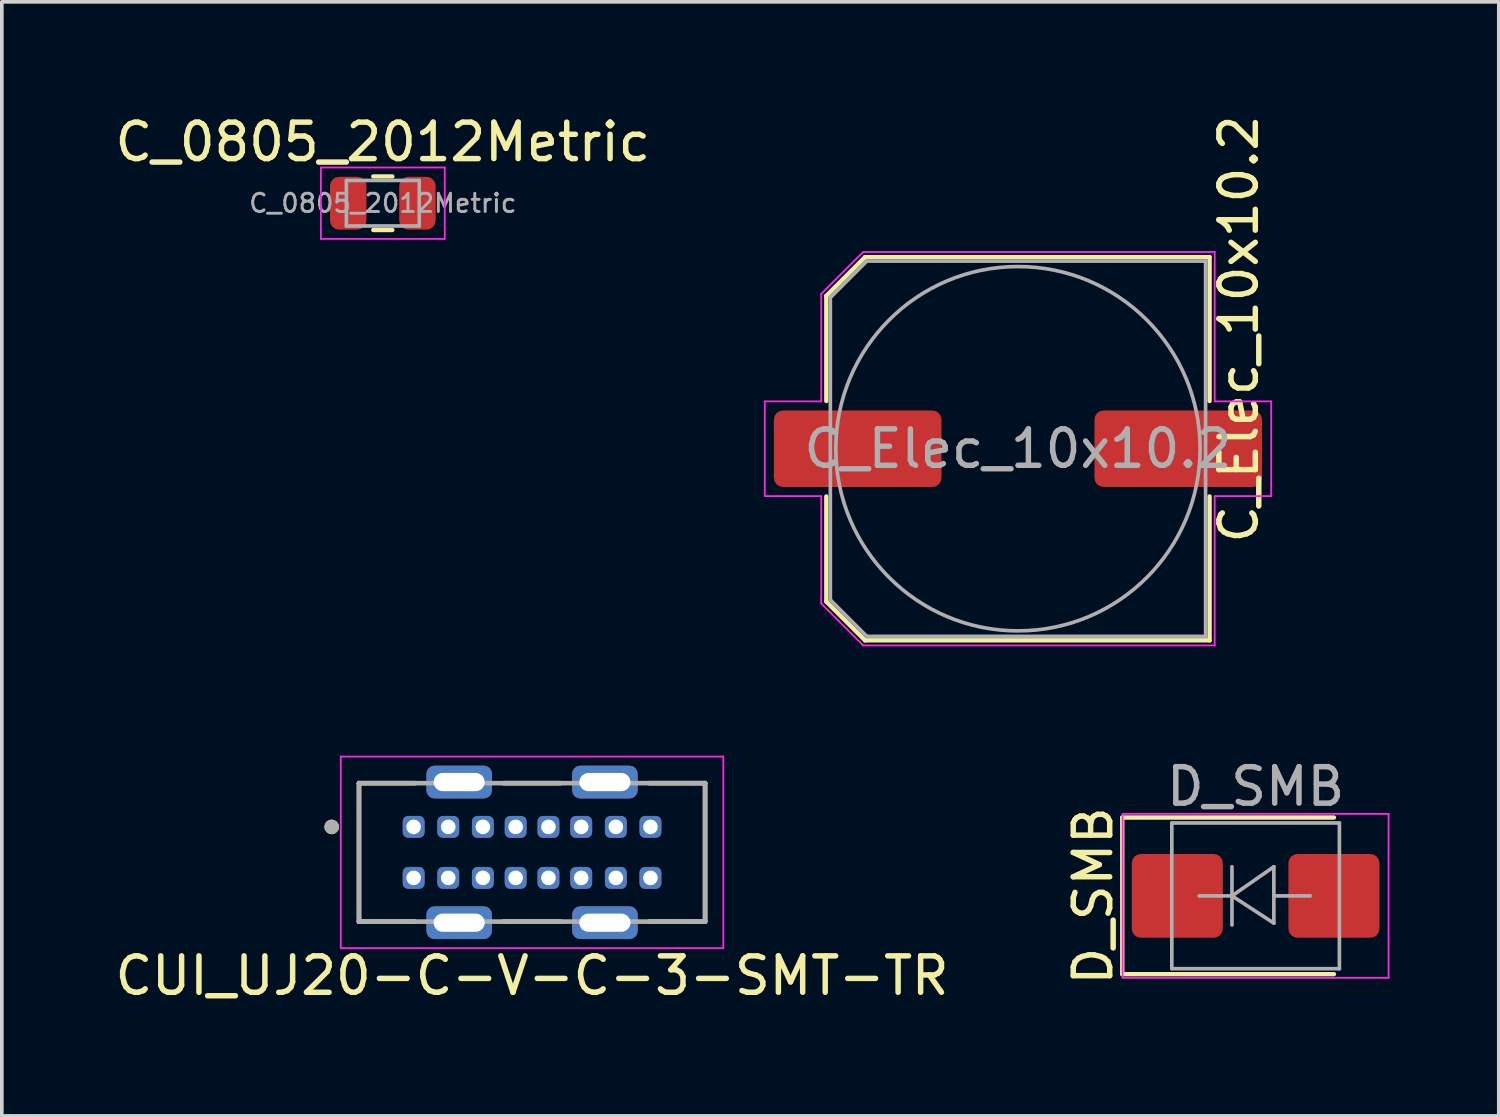
<source format=kicad_pcb>
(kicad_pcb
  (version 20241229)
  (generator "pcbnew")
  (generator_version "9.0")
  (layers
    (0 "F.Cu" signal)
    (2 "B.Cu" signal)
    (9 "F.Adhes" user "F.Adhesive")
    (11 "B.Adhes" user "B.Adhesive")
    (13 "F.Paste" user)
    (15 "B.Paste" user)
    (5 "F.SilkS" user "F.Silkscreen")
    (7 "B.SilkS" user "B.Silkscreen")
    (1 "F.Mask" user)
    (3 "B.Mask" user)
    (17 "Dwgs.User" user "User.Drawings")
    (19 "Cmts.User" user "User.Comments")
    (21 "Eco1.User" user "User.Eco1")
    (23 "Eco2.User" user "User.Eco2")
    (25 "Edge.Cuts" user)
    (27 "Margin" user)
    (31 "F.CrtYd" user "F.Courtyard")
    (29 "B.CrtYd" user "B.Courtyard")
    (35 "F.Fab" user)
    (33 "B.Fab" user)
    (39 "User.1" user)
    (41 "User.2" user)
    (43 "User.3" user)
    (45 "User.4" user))
  (footprint "C_0805_2012Metric"
    (layer "F.Cu")
    (at 7.458 2.528)
    (property "Reference" "C_0805_2012Metric" (at 0 -1.68 180) (layer "F.SilkS") (effects (font (size 1 1) (thickness 0.15))))
    (attr smd)
    (fp_line (start 0.261 -0.735) (end -0.261 -0.735) (stroke (width 0.12) (type solid)) (layer "F.SilkS"))
    (fp_line (start 0.261 0.735) (end -0.261 0.735) (stroke (width 0.12) (type solid)) (layer "F.SilkS"))
    (fp_line (start -1.7 -0.98) (end -1.7 0.98) (stroke (width 0.05) (type solid)) (layer "F.CrtYd"))
    (fp_line (start -1.7 0.98) (end 1.7 0.98) (stroke (width 0.05) (type solid)) (layer "F.CrtYd"))
    (fp_line (start 1.7 -0.98) (end -1.7 -0.98) (stroke (width 0.05) (type solid)) (layer "F.CrtYd"))
    (fp_line (start 1.7 0.98) (end 1.7 -0.98) (stroke (width 0.05) (type solid)) (layer "F.CrtYd"))
    (fp_line (start -1 -0.625) (end -1 0.625) (stroke (width 0.1) (type solid)) (layer "F.Fab"))
    (fp_line (start -1 0.625) (end 1 0.625) (stroke (width 0.1) (type solid)) (layer "F.Fab"))
    (fp_line (start 1 -0.625) (end -1 -0.625) (stroke (width 0.1) (type solid)) (layer "F.Fab"))
    (fp_line (start 1 0.625) (end 1 -0.625) (stroke (width 0.1) (type solid)) (layer "F.Fab"))
    (fp_text user "${REFERENCE}" (at 0 0 180) (layer "F.Fab") (effects (font (size 0.5 0.5) (thickness 0.08))))
    (pad "1" smd roundrect (at -0.95 0) (size 1 1.45) (layers "F.Cu" "F.Mask" "F.Paste") (roundrect_rratio 0.25))
    (pad "2" smd roundrect (at 0.95 0) (size 1 1.45) (layers "F.Cu" "F.Mask" "F.Paste") (roundrect_rratio 0.25)))
  (footprint "C_Elec_10x10.2"
    (layer "F.Cu")
    (at 24.892 9.267)
    (property "Reference" "C_Elec_10x10.2" (at 6.06 -3.285 90) (layer "F.SilkS") (effects (font (size 1 1) (thickness 0.15))))
    (attr smd)
    (fp_line (start -5.26 -4.196) (end -5.26 -1.31) (stroke (width 0.12) (type solid)) (layer "F.SilkS"))
    (fp_line (start -5.26 -4.196) (end -4.196 -5.26) (stroke (width 0.12) (type solid)) (layer "F.SilkS"))
    (fp_line (start -5.26 4.196) (end -5.26 1.31) (stroke (width 0.12) (type solid)) (layer "F.SilkS"))
    (fp_line (start -5.26 4.196) (end -4.196 5.26) (stroke (width 0.12) (type solid)) (layer "F.SilkS"))
    (fp_line (start -4.196 -5.26) (end 5.26 -5.26) (stroke (width 0.12) (type solid)) (layer "F.SilkS"))
    (fp_line (start -4.196 5.26) (end 5.26 5.26) (stroke (width 0.12) (type solid)) (layer "F.SilkS"))
    (fp_line (start 5.26 -5.26) (end 5.26 -1.31) (stroke (width 0.12) (type solid)) (layer "F.SilkS"))
    (fp_line (start 5.26 5.26) (end 5.26 1.31) (stroke (width 0.12) (type solid)) (layer "F.SilkS"))
    (fp_line (start -6.95 -1.3) (end -6.95 1.3) (stroke (width 0.05) (type solid)) (layer "F.CrtYd"))
    (fp_line (start -6.95 1.3) (end -5.4 1.3) (stroke (width 0.05) (type solid)) (layer "F.CrtYd"))
    (fp_line (start -5.4 -4.25) (end -5.4 -1.3) (stroke (width 0.05) (type solid)) (layer "F.CrtYd"))
    (fp_line (start -5.4 -4.25) (end -4.25 -5.4) (stroke (width 0.05) (type solid)) (layer "F.CrtYd"))
    (fp_line (start -5.4 -1.3) (end -6.95 -1.3) (stroke (width 0.05) (type solid)) (layer "F.CrtYd"))
    (fp_line (start -5.4 1.3) (end -5.4 4.25) (stroke (width 0.05) (type solid)) (layer "F.CrtYd"))
    (fp_line (start -5.4 4.25) (end -4.25 5.4) (stroke (width 0.05) (type solid)) (layer "F.CrtYd"))
    (fp_line (start -4.25 -5.4) (end 5.4 -5.4) (stroke (width 0.05) (type solid)) (layer "F.CrtYd"))
    (fp_line (start -4.25 5.4) (end 5.4 5.4) (stroke (width 0.05) (type solid)) (layer "F.CrtYd"))
    (fp_line (start 5.4 -5.4) (end 5.4 -1.3) (stroke (width 0.05) (type solid)) (layer "F.CrtYd"))
    (fp_line (start 5.4 -1.3) (end 6.95 -1.3) (stroke (width 0.05) (type solid)) (layer "F.CrtYd"))
    (fp_line (start 5.4 1.3) (end 5.4 5.4) (stroke (width 0.05) (type solid)) (layer "F.CrtYd"))
    (fp_line (start 6.95 -1.3) (end 6.95 1.3) (stroke (width 0.05) (type solid)) (layer "F.CrtYd"))
    (fp_line (start 6.95 1.3) (end 5.4 1.3) (stroke (width 0.05) (type solid)) (layer "F.CrtYd"))
    (fp_line (start -5.15 -4.15) (end -5.15 4.15) (stroke (width 0.1) (type solid)) (layer "F.Fab"))
    (fp_line (start -5.15 -4.15) (end -4.15 -5.15) (stroke (width 0.1) (type solid)) (layer "F.Fab"))
    (fp_line (start -5.15 4.15) (end -4.15 5.15) (stroke (width 0.1) (type solid)) (layer "F.Fab"))
    (fp_line (start -4.15 -5.15) (end 5.15 -5.15) (stroke (width 0.1) (type solid)) (layer "F.Fab"))
    (fp_line (start -4.15 5.15) (end 5.15 5.15) (stroke (width 0.1) (type solid)) (layer "F.Fab"))
    (fp_line (start 5.15 -5.15) (end 5.15 5.15) (stroke (width 0.1) (type solid)) (layer "F.Fab"))
    (fp_circle (center 0 0) (end 5 0) (stroke (width 0.1) (type solid)) (fill no) (layer "F.Fab"))
    (fp_text user "${REFERENCE}" (at 0 0 0) (layer "F.Fab") (effects (font (size 1 1) (thickness 0.15))))
    (pad "1" smd roundrect (at -4.4 0) (size 4.6 2.1) (layers "F.Cu" "F.Mask" "F.Paste") (roundrect_rratio 0.119))
    (pad "2" smd roundrect (at 4.4 0) (size 4.6 2.1) (layers "F.Cu" "F.Mask" "F.Paste") (roundrect_rratio 0.119)))
  (footprint "CUI_UJ20-C-V-C-3-SMT-TR"
    (layer "F.Cu")
    (at 11.554 20.347)
    (property "Reference" "CUI_UJ20-C-V-C-3-SMT-TR" (at 0 3.385 180) (layer "F.SilkS") (effects (font (size 1 1) (thickness 0.15))))
    (attr through_hole)
    (fp_line (start -4.75 -1.9) (end -3.22 -1.9) (stroke (width 0.127) (type solid)) (layer "F.SilkS"))
    (fp_line (start -4.75 1.9) (end -4.75 -1.9) (stroke (width 0.127) (type solid)) (layer "F.SilkS"))
    (fp_line (start -3.22 1.9) (end -4.75 1.9) (stroke (width 0.127) (type solid)) (layer "F.SilkS"))
    (fp_line (start -0.78 -1.9) (end 0.78 -1.9) (stroke (width 0.127) (type solid)) (layer "F.SilkS"))
    (fp_line (start 0.78 1.9) (end -0.78 1.9) (stroke (width 0.127) (type solid)) (layer "F.SilkS"))
    (fp_line (start 3.22 -1.9) (end 4.75 -1.9) (stroke (width 0.127) (type solid)) (layer "F.SilkS"))
    (fp_line (start 4.75 -1.9) (end 4.75 1.9) (stroke (width 0.127) (type solid)) (layer "F.SilkS"))
    (fp_line (start 4.75 1.9) (end 3.22 1.9) (stroke (width 0.127) (type solid)) (layer "F.SilkS"))
    (fp_circle (center -5.5 -0.7) (end -5.4 -0.7) (stroke (width 0.2) (type solid)) (fill no) (layer "F.SilkS"))
    (fp_line (start -5.25 -2.63) (end 5.25 -2.63) (stroke (width 0.05) (type solid)) (layer "F.CrtYd"))
    (fp_line (start -5.25 2.63) (end -5.25 -2.63) (stroke (width 0.05) (type solid)) (layer "F.CrtYd"))
    (fp_line (start 5.25 -2.63) (end 5.25 2.63) (stroke (width 0.05) (type solid)) (layer "F.CrtYd"))
    (fp_line (start 5.25 2.63) (end -5.25 2.63) (stroke (width 0.05) (type solid)) (layer "F.CrtYd"))
    (fp_line (start -4.75 -1.9) (end 4.75 -1.9) (stroke (width 0.127) (type solid)) (layer "F.Fab"))
    (fp_line (start -4.75 1.9) (end -4.75 -1.9) (stroke (width 0.127) (type solid)) (layer "F.Fab"))
    (fp_line (start 4.75 -1.9) (end 4.75 1.9) (stroke (width 0.127) (type solid)) (layer "F.Fab"))
    (fp_line (start 4.75 1.9) (end -4.75 1.9) (stroke (width 0.127) (type solid)) (layer "F.Fab"))
    (fp_circle (center -5.5 -0.7) (end -5.4 -0.7) (stroke (width 0.2) (type solid)) (fill no) (layer "F.Fab"))
    (pad "A1" thru_hole roundrect (at -3.25 -0.7) (size 0.6 0.6) (drill 0.4) (layers "*.Cu" "*.Mask") (roundrect_rratio 0.25))
    (pad "A4" thru_hole roundrect (at -2.3 -0.7) (size 0.6 0.6) (drill 0.4) (layers "*.Cu" "*.Mask") (roundrect_rratio 0.25))
    (pad "A5" thru_hole roundrect (at -1.35 -0.7) (size 0.6 0.6) (drill 0.4) (layers "*.Cu" "*.Mask") (roundrect_rratio 0.25))
    (pad "A6" thru_hole roundrect (at -0.45 -0.7) (size 0.6 0.6) (drill 0.4) (layers "*.Cu" "*.Mask") (roundrect_rratio 0.25))
    (pad "A7" thru_hole roundrect (at 0.45 -0.7) (size 0.6 0.6) (drill 0.4) (layers "*.Cu" "*.Mask") (roundrect_rratio 0.25))
    (pad "A8" thru_hole roundrect (at 1.35 -0.7) (size 0.6 0.6) (drill 0.4) (layers "*.Cu" "*.Mask") (roundrect_rratio 0.25))
    (pad "A9" thru_hole roundrect (at 2.3 -0.7) (size 0.6 0.6) (drill 0.4) (layers "*.Cu" "*.Mask") (roundrect_rratio 0.25))
    (pad "A12" thru_hole roundrect (at 3.25 -0.7) (size 0.6 0.6) (drill 0.4) (layers "*.Cu" "*.Mask") (roundrect_rratio 0.25))
    (pad "B1" thru_hole roundrect (at 3.25 0.7) (size 0.6 0.6) (drill 0.4) (layers "*.Cu" "*.Mask") (roundrect_rratio 0.25))
    (pad "B4" thru_hole roundrect (at 2.3 0.7) (size 0.6 0.6) (drill 0.4) (layers "*.Cu" "*.Mask") (roundrect_rratio 0.25))
    (pad "B5" thru_hole roundrect (at 1.35 0.7) (size 0.6 0.6) (drill 0.4) (layers "*.Cu" "*.Mask") (roundrect_rratio 0.25))
    (pad "B6" thru_hole roundrect (at 0.45 0.7) (size 0.6 0.6) (drill 0.4) (layers "*.Cu" "*.Mask") (roundrect_rratio 0.25))
    (pad "B7" thru_hole roundrect (at -0.45 0.7) (size 0.6 0.6) (drill 0.4) (layers "*.Cu" "*.Mask") (roundrect_rratio 0.25))
    (pad "B8" thru_hole roundrect (at -1.35 0.7) (size 0.6 0.6) (drill 0.4) (layers "*.Cu" "*.Mask") (roundrect_rratio 0.25))
    (pad "B9" thru_hole roundrect (at -2.3 0.7) (size 0.6 0.6) (drill 0.4) (layers "*.Cu" "*.Mask") (roundrect_rratio 0.25))
    (pad "B12" thru_hole roundrect (at -3.25 0.7) (size 0.6 0.6) (drill 0.4) (layers "*.Cu" "*.Mask") (roundrect_rratio 0.25))
    (pad "S1" thru_hole roundrect (at -2 -1.93) (size 1.8 0.9) (drill oval 1.4 0.5) (layers "*.Cu" "*.Mask") (roundrect_rratio 0.25))
    (pad "S1" thru_hole roundrect (at -2 1.93) (size 1.8 0.9) (drill oval 1.4 0.5) (layers "*.Cu" "*.Mask") (roundrect_rratio 0.25))
    (pad "S1" thru_hole roundrect (at 2 -1.93) (size 1.8 0.9) (drill oval 1.4 0.5) (layers "*.Cu" "*.Mask") (roundrect_rratio 0.25))
    (pad "S1" thru_hole roundrect (at 2 1.93) (size 1.8 0.9) (drill oval 1.4 0.5) (layers "*.Cu" "*.Mask") (roundrect_rratio 0.25)))
  (footprint "D_SMB"
    (layer "F.Cu")
    (at 31.415 21.54)
    (property "Reference" "D_SMB" (at -4.46 0 90) (layer "F.SilkS") (effects (font (size 1 1) (thickness 0.15))))
    (attr smd)
    (fp_line (start -3.66 -2.15) (end -3.66 2.15) (stroke (width 0.12) (type solid)) (layer "F.SilkS"))
    (fp_line (start -3.66 -2.15) (end 2.15 -2.15) (stroke (width 0.12) (type solid)) (layer "F.SilkS"))
    (fp_line (start -3.66 2.15) (end 2.15 2.15) (stroke (width 0.12) (type solid)) (layer "F.SilkS"))
    (fp_line (start -3.65 -2.25) (end 3.65 -2.25) (stroke (width 0.05) (type solid)) (layer "F.CrtYd"))
    (fp_line (start -3.65 2.25) (end -3.65 -2.25) (stroke (width 0.05) (type solid)) (layer "F.CrtYd"))
    (fp_line (start 3.65 -2.25) (end 3.65 2.25) (stroke (width 0.05) (type solid)) (layer "F.CrtYd"))
    (fp_line (start 3.65 2.25) (end -3.65 2.25) (stroke (width 0.05) (type solid)) (layer "F.CrtYd"))
    (fp_line (start -2.3 2) (end -2.3 -2) (stroke (width 0.1) (type solid)) (layer "F.Fab"))
    (fp_line (start -0.649 -0.799) (end -0.649 0.801) (stroke (width 0.1) (type solid)) (layer "F.Fab"))
    (fp_line (start -0.649 0.001) (end -1.551 0.001) (stroke (width 0.1) (type solid)) (layer "F.Fab"))
    (fp_line (start -0.649 0.001) (end 0.501 -0.799) (stroke (width 0.1) (type solid)) (layer "F.Fab"))
    (fp_line (start -0.649 0.001) (end 0.501 0.75) (stroke (width 0.1) (type solid)) (layer "F.Fab"))
    (fp_line (start 0.501 0.001) (end 1.499 0.001) (stroke (width 0.1) (type solid)) (layer "F.Fab"))
    (fp_line (start 0.501 0.75) (end 0.501 -0.799) (stroke (width 0.1) (type solid)) (layer "F.Fab"))
    (fp_line (start 2.3 -2) (end -2.3 -2) (stroke (width 0.1) (type solid)) (layer "F.Fab"))
    (fp_line (start 2.3 -2) (end 2.3 2) (stroke (width 0.1) (type solid)) (layer "F.Fab"))
    (fp_line (start 2.3 2) (end -2.3 2) (stroke (width 0.1) (type solid)) (layer "F.Fab"))
    (fp_text user "${REFERENCE}" (at 0 -3 180) (layer "F.Fab") (effects (font (size 1 1) (thickness 0.15))))
    (pad "1" smd roundrect (at -2.15 0) (size 2.5 2.3) (layers "F.Cu" "F.Mask" "F.Paste") (roundrect_rratio 0.109))
    (pad "2" smd roundrect (at 2.15 0) (size 2.5 2.3) (layers "F.Cu" "F.Mask" "F.Paste") (roundrect_rratio 0.109)))
  (gr_rect
    (start -3 -3)
    (end 38.09 27.58)
    (stroke (width 0.1) (type default))
    (fill no)
    (layer "Edge.Cuts")))
</source>
